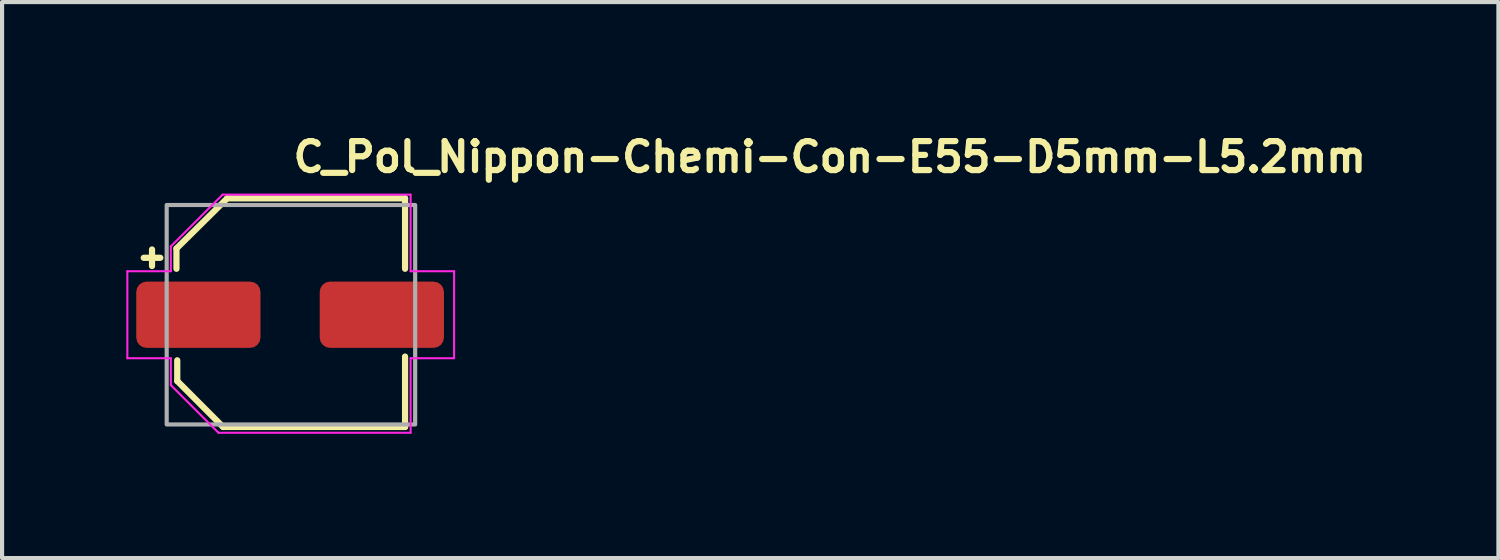
<source format=kicad_pcb>
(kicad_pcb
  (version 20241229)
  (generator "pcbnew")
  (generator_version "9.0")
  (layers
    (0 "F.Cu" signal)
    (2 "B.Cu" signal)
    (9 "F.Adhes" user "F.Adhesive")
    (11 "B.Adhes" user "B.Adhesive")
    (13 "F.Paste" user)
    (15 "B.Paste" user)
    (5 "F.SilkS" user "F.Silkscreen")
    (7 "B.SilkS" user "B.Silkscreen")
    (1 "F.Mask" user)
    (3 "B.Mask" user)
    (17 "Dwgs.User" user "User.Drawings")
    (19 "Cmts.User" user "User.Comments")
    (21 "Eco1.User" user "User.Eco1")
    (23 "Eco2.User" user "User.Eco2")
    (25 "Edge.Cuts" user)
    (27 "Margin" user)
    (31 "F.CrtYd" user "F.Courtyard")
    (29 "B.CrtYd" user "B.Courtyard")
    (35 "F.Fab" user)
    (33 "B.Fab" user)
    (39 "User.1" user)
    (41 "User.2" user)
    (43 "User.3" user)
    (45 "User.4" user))
  (footprint "C_Pol_Nippon-Chemi-Con-E55-D5mm-L5.2mm"
    (layer "F.Cu")
    (at 3.955 4.55)
    (property "Reference" "C_Pol_Nippon-Chemi-Con-E55-D5mm-L5.2mm" (at 0 -3.4 0) (layer "F.SilkS") (effects (font (size 0.7 0.7) (thickness 0.15)) (justify left bottom)))
    (attr smd)
    (fp_line (start -3.534 -1.375) (end -3.134 -1.375) (stroke (width 0.15) (type solid)) (layer "F.SilkS"))
    (fp_line (start -3.334 -1.576) (end -3.334 -1.176) (stroke (width 0.15) (type solid)) (layer "F.SilkS"))
    (fp_line (start -2.744 -1.6) (end -2.744 -1.11) (stroke (width 0.15) (type solid)) (layer "F.SilkS"))
    (fp_line (start -2.744 -1.6) (end -1.53 -2.8) (stroke (width 0.15) (type solid)) (layer "F.SilkS"))
    (fp_line (start -2.725 1.6) (end -2.725 1.1) (stroke (width 0.15) (type solid)) (layer "F.SilkS"))
    (fp_line (start -2.725 1.6) (end -1.618 2.71) (stroke (width 0.15) (type solid)) (layer "F.SilkS"))
    (fp_line (start -1.618 2.71) (end 2.776 2.71) (stroke (width 0.15) (type solid)) (layer "F.SilkS"))
    (fp_line (start -1.52 -2.81) (end 2.776 -2.81) (stroke (width 0.15) (type solid)) (layer "F.SilkS"))
    (fp_line (start 2.776 -2.81) (end 2.776 -1.11) (stroke (width 0.15) (type solid)) (layer "F.SilkS"))
    (fp_line (start 2.776 2.71) (end 2.776 1.01) (stroke (width 0.15) (type solid)) (layer "F.SilkS"))
    (fp_line (start -3.93 -1.05) (end -3.93 1.05) (stroke (width 0.05) (type solid)) (layer "F.CrtYd"))
    (fp_line (start -3.93 1.05) (end -2.88 1.05) (stroke (width 0.05) (type solid)) (layer "F.CrtYd"))
    (fp_line (start -2.88 -1.65) (end -2.88 -1.05) (stroke (width 0.05) (type solid)) (layer "F.CrtYd"))
    (fp_line (start -2.88 -1.65) (end -1.63 -2.9) (stroke (width 0.05) (type solid)) (layer "F.CrtYd"))
    (fp_line (start -2.88 -1.05) (end -3.93 -1.05) (stroke (width 0.05) (type solid)) (layer "F.CrtYd"))
    (fp_line (start -2.88 1.05) (end -2.88 1.7) (stroke (width 0.05) (type solid)) (layer "F.CrtYd"))
    (fp_line (start -2.88 1.7) (end -1.73 2.85) (stroke (width 0.05) (type solid)) (layer "F.CrtYd"))
    (fp_line (start -1.73 2.85) (end 2.91 2.85) (stroke (width 0.05) (type solid)) (layer "F.CrtYd"))
    (fp_line (start -1.63 -2.9) (end 2.91 -2.9) (stroke (width 0.05) (type solid)) (layer "F.CrtYd"))
    (fp_line (start 2.91 -2.9) (end 2.91 -1.05) (stroke (width 0.05) (type solid)) (layer "F.CrtYd"))
    (fp_line (start 2.91 -1.05) (end 3.96 -1.05) (stroke (width 0.05) (type solid)) (layer "F.CrtYd"))
    (fp_line (start 2.91 1.05) (end 2.91 2.85) (stroke (width 0.05) (type solid)) (layer "F.CrtYd"))
    (fp_line (start 3.96 -1.05) (end 3.96 1.05) (stroke (width 0.05) (type solid)) (layer "F.CrtYd"))
    (fp_line (start 3.96 1.05) (end 2.91 1.05) (stroke (width 0.05) (type solid)) (layer "F.CrtYd"))
    (fp_rect (start -2.98 -2.65) (end 3.02 2.65) (stroke (width 0.1) (type solid)) (fill no) (layer "F.Fab"))
    (fp_rect (start -2.98 -2.65) (end 3.02 2.65) (stroke (width 0.1) (type solid)) (fill no) (layer "User.5"))
    (fp_line (start -2.98 -0.325) (end -2.98 0.325) (stroke (width 0.02) (type solid)) (layer "User.9"))
    (fp_line (start -2.98 -0.325) (end -2.63 -0.325) (stroke (width 0.02) (type solid)) (layer "User.9"))
    (fp_line (start -2.98 0.325) (end -2.63 0.325) (stroke (width 0.02) (type solid)) (layer "User.9"))
    (fp_line (start -2.63 -1.55) (end -2.63 -1) (stroke (width 0.02) (type solid)) (layer "User.9"))
    (fp_line (start -2.63 -1.55) (end -1.53 -2.65) (stroke (width 0.02) (type solid)) (layer "User.9"))
    (fp_line (start -2.63 1) (end -2.63 -1) (stroke (width 0.02) (type solid)) (layer "User.9"))
    (fp_line (start -2.63 1) (end -2.381 1) (stroke (width 0.02) (type solid)) (layer "User.9"))
    (fp_line (start -2.63 1.55) (end -2.63 1) (stroke (width 0.02) (type solid)) (layer "User.9"))
    (fp_line (start -2.48 0) (end -2.475 -0.166) (stroke (width 0.02) (type solid)) (layer "User.9"))
    (fp_line (start -2.479 0.083) (end -2.48 0) (stroke (width 0.02) (type solid)) (layer "User.9"))
    (fp_line (start -2.475 -0.166) (end -2.459 -0.331) (stroke (width 0.02) (type solid)) (layer "User.9"))
    (fp_line (start -2.475 0.166) (end -2.479 0.083) (stroke (width 0.02) (type solid)) (layer "User.9"))
    (fp_line (start -2.468 0.249) (end -2.475 0.166) (stroke (width 0.02) (type solid)) (layer "User.9"))
    (fp_line (start -2.459 -0.331) (end -2.431 -0.493) (stroke (width 0.02) (type solid)) (layer "User.9"))
    (fp_line (start -2.459 0.331) (end -2.468 0.249) (stroke (width 0.02) (type solid)) (layer "User.9"))
    (fp_line (start -2.446 0.412) (end -2.459 0.331) (stroke (width 0.02) (type solid)) (layer "User.9"))
    (fp_line (start -2.431 -0.493) (end -2.394 -0.652) (stroke (width 0.02) (type solid)) (layer "User.9"))
    (fp_line (start -2.431 0.493) (end -2.446 0.412) (stroke (width 0.02) (type solid)) (layer "User.9"))
    (fp_line (start -2.414 0.573) (end -2.431 0.493) (stroke (width 0.02) (type solid)) (layer "User.9"))
    (fp_line (start -2.394 -0.652) (end -2.346 -0.807) (stroke (width 0.02) (type solid)) (layer "User.9"))
    (fp_line (start -2.394 0.652) (end -2.414 0.573) (stroke (width 0.02) (type solid)) (layer "User.9"))
    (fp_line (start -2.381 -1) (end -2.63 -1) (stroke (width 0.02) (type solid)) (layer "User.9"))
    (fp_line (start -2.381 -1) (end -2.328 -1.117) (stroke (width 0.02) (type solid)) (layer "User.9"))
    (fp_line (start -2.371 0.73) (end -2.394 0.652) (stroke (width 0.02) (type solid)) (layer "User.9"))
    (fp_line (start -2.346 -0.807) (end -2.289 -0.959) (stroke (width 0.02) (type solid)) (layer "User.9"))
    (fp_line (start -2.346 0.807) (end -2.371 0.73) (stroke (width 0.02) (type solid)) (layer "User.9"))
    (fp_line (start -2.328 -1.117) (end -2.271 -1.231) (stroke (width 0.02) (type solid)) (layer "User.9"))
    (fp_line (start -2.328 1.117) (end -2.381 1) (stroke (width 0.02) (type solid)) (layer "User.9"))
    (fp_line (start -2.319 0.884) (end -2.346 0.807) (stroke (width 0.02) (type solid)) (layer "User.9"))
    (fp_line (start -2.289 -0.959) (end -2.222 -1.107) (stroke (width 0.02) (type solid)) (layer "User.9"))
    (fp_line (start -2.289 0.959) (end -2.319 0.884) (stroke (width 0.02) (type solid)) (layer "User.9"))
    (fp_line (start -2.271 -1.231) (end -2.208 -1.341) (stroke (width 0.02) (type solid)) (layer "User.9"))
    (fp_line (start -2.271 1.231) (end -2.328 1.117) (stroke (width 0.02) (type solid)) (layer "User.9"))
    (fp_line (start -2.257 1.034) (end -2.289 0.959) (stroke (width 0.02) (type solid)) (layer "User.9"))
    (fp_line (start -2.222 -1.107) (end -2.146 -1.25) (stroke (width 0.02) (type solid)) (layer "User.9"))
    (fp_line (start -2.222 1.107) (end -2.257 1.034) (stroke (width 0.02) (type solid)) (layer "User.9"))
    (fp_line (start -2.208 -1.341) (end -2.139 -1.448) (stroke (width 0.02) (type solid)) (layer "User.9"))
    (fp_line (start -2.208 1.341) (end -2.271 1.231) (stroke (width 0.02) (type solid)) (layer "User.9"))
    (fp_line (start -2.185 1.179) (end -2.222 1.107) (stroke (width 0.02) (type solid)) (layer "User.9"))
    (fp_line (start -2.146 -1.25) (end -2.06 -1.387) (stroke (width 0.02) (type solid)) (layer "User.9"))
    (fp_line (start -2.146 1.25) (end -2.185 1.179) (stroke (width 0.02) (type solid)) (layer "User.9"))
    (fp_line (start -2.139 -1.448) (end -2.066 -1.552) (stroke (width 0.02) (type solid)) (layer "User.9"))
    (fp_line (start -2.139 1.448) (end -2.208 1.341) (stroke (width 0.02) (type solid)) (layer "User.9"))
    (fp_line (start -2.104 1.319) (end -2.146 1.25) (stroke (width 0.02) (type solid)) (layer "User.9"))
    (fp_line (start -2.066 -1.552) (end -1.988 -1.651) (stroke (width 0.02) (type solid)) (layer "User.9"))
    (fp_line (start -2.066 1.552) (end -2.139 1.448) (stroke (width 0.02) (type solid)) (layer "User.9"))
    (fp_line (start -2.06 -1.387) (end -1.966 -1.519) (stroke (width 0.02) (type solid)) (layer "User.9"))
    (fp_line (start -2.06 1.387) (end -2.104 1.319) (stroke (width 0.02) (type solid)) (layer "User.9"))
    (fp_line (start -2.012 1.454) (end -2.06 1.387) (stroke (width 0.02) (type solid)) (layer "User.9"))
    (fp_line (start -1.988 -1.651) (end -1.906 -1.747) (stroke (width 0.02) (type solid)) (layer "User.9"))
    (fp_line (start -1.988 1.651) (end -2.066 1.552) (stroke (width 0.02) (type solid)) (layer "User.9"))
    (fp_line (start -1.966 -1.519) (end -1.863 -1.644) (stroke (width 0.02) (type solid)) (layer "User.9"))
    (fp_line (start -1.966 1.519) (end -2.012 1.454) (stroke (width 0.02) (type solid)) (layer "User.9"))
    (fp_line (start -1.916 1.582) (end -1.966 1.519) (stroke (width 0.02) (type solid)) (layer "User.9"))
    (fp_line (start -1.906 -1.747) (end -1.819 -1.838) (stroke (width 0.02) (type solid)) (layer "User.9"))
    (fp_line (start -1.906 1.747) (end -1.988 1.651) (stroke (width 0.02) (type solid)) (layer "User.9"))
    (fp_line (start -1.863 -1.644) (end -1.752 -1.763) (stroke (width 0.02) (type solid)) (layer "User.9"))
    (fp_line (start -1.863 1.644) (end -1.916 1.582) (stroke (width 0.02) (type solid)) (layer "User.9"))
    (fp_line (start -1.819 -1.838) (end -1.728 -1.925) (stroke (width 0.02) (type solid)) (layer "User.9"))
    (fp_line (start -1.819 1.838) (end -1.906 1.747) (stroke (width 0.02) (type solid)) (layer "User.9"))
    (fp_line (start -1.809 1.705) (end -1.863 1.644) (stroke (width 0.02) (type solid)) (layer "User.9"))
    (fp_line (start -1.752 -1.763) (end -1.633 -1.875) (stroke (width 0.02) (type solid)) (layer "User.9"))
    (fp_line (start -1.752 1.763) (end -1.809 1.705) (stroke (width 0.02) (type solid)) (layer "User.9"))
    (fp_line (start -1.728 -1.925) (end -1.632 -2.008) (stroke (width 0.02) (type solid)) (layer "User.9"))
    (fp_line (start -1.728 1.925) (end -1.819 1.838) (stroke (width 0.02) (type solid)) (layer "User.9"))
    (fp_line (start -1.694 1.82) (end -1.752 1.763) (stroke (width 0.02) (type solid)) (layer "User.9"))
    (fp_line (start -1.633 -1.875) (end -1.506 -1.98) (stroke (width 0.02) (type solid)) (layer "User.9"))
    (fp_line (start -1.633 1.875) (end -1.694 1.82) (stroke (width 0.02) (type solid)) (layer "User.9"))
    (fp_line (start -1.632 -2.008) (end -1.533 -2.085) (stroke (width 0.02) (type solid)) (layer "User.9"))
    (fp_line (start -1.632 2.008) (end -1.728 1.925) (stroke (width 0.02) (type solid)) (layer "User.9"))
    (fp_line (start -1.571 1.929) (end -1.633 1.875) (stroke (width 0.02) (type solid)) (layer "User.9"))
    (fp_line (start -1.533 -2.085) (end -1.429 -2.158) (stroke (width 0.02) (type solid)) (layer "User.9"))
    (fp_line (start -1.533 2.085) (end -1.632 2.008) (stroke (width 0.02) (type solid)) (layer "User.9"))
    (fp_line (start -1.53 -2.65) (end -0.98 -2.65) (stroke (width 0.02) (type solid)) (layer "User.9"))
    (fp_line (start -1.53 2.65) (end -2.63 1.55) (stroke (width 0.02) (type solid)) (layer "User.9"))
    (fp_line (start -1.506 -1.98) (end -1.372 -2.076) (stroke (width 0.02) (type solid)) (layer "User.9"))
    (fp_line (start -1.506 1.98) (end -1.571 1.929) (stroke (width 0.02) (type solid)) (layer "User.9"))
    (fp_line (start -1.44 2.028) (end -1.506 1.98) (stroke (width 0.02) (type solid)) (layer "User.9"))
    (fp_line (start -1.429 -2.158) (end -1.322 -2.227) (stroke (width 0.02) (type solid)) (layer "User.9"))
    (fp_line (start -1.429 2.158) (end -1.533 2.085) (stroke (width 0.02) (type solid)) (layer "User.9"))
    (fp_line (start -1.372 -2.076) (end -1.23 -2.165) (stroke (width 0.02) (type solid)) (layer "User.9"))
    (fp_line (start -1.372 2.076) (end -1.44 2.028) (stroke (width 0.02) (type solid)) (layer "User.9"))
    (fp_line (start -1.322 -2.227) (end -1.212 -2.29) (stroke (width 0.02) (type solid)) (layer "User.9"))
    (fp_line (start -1.322 2.227) (end -1.429 2.158) (stroke (width 0.02) (type solid)) (layer "User.9"))
    (fp_line (start -1.302 2.122) (end -1.372 2.076) (stroke (width 0.02) (type solid)) (layer "User.9"))
    (fp_line (start -1.23 -2.165) (end -1.23 -2.165) (stroke (width 0.02) (type solid)) (layer "User.9"))
    (fp_line (start -1.23 -2.165) (end -1.083 -2.243) (stroke (width 0.02) (type solid)) (layer "User.9"))
    (fp_line (start -1.23 2.165) (end -1.302 2.122) (stroke (width 0.02) (type solid)) (layer "User.9"))
    (fp_line (start -1.23 2.165) (end -1.23 2.165) (stroke (width 0.02) (type solid)) (layer "User.9"))
    (fp_line (start -1.212 -2.29) (end -1.098 -2.347) (stroke (width 0.02) (type solid)) (layer "User.9"))
    (fp_line (start -1.212 2.29) (end -1.322 2.227) (stroke (width 0.02) (type solid)) (layer "User.9"))
    (fp_line (start -1.098 -2.347) (end -0.98 -2.4) (stroke (width 0.02) (type solid)) (layer "User.9"))
    (fp_line (start -1.098 2.347) (end -1.212 2.29) (stroke (width 0.02) (type solid)) (layer "User.9"))
    (fp_line (start -1.083 -2.243) (end -0.933 -2.311) (stroke (width 0.02) (type solid)) (layer "User.9"))
    (fp_line (start -1.083 2.243) (end -1.23 2.165) (stroke (width 0.02) (type solid)) (layer "User.9"))
    (fp_line (start -0.98 -2.65) (end -0.98 -2.4) (stroke (width 0.02) (type solid)) (layer "User.9"))
    (fp_line (start -0.98 2.4) (end -1.098 2.347) (stroke (width 0.02) (type solid)) (layer "User.9"))
    (fp_line (start -0.98 2.4) (end -0.98 2.65) (stroke (width 0.02) (type solid)) (layer "User.9"))
    (fp_line (start -0.98 2.65) (end -1.53 2.65) (stroke (width 0.02) (type solid)) (layer "User.9"))
    (fp_line (start -0.98 2.65) (end 1.02 2.65) (stroke (width 0.02) (type solid)) (layer "User.9"))
    (fp_line (start -0.933 -2.311) (end -0.779 -2.369) (stroke (width 0.02) (type solid)) (layer "User.9"))
    (fp_line (start -0.933 2.311) (end -1.083 2.243) (stroke (width 0.02) (type solid)) (layer "User.9"))
    (fp_line (start -0.779 -2.369) (end -0.622 -2.416) (stroke (width 0.02) (type solid)) (layer "User.9"))
    (fp_line (start -0.779 2.369) (end -0.933 2.311) (stroke (width 0.02) (type solid)) (layer "User.9"))
    (fp_line (start -0.622 -2.416) (end -0.464 -2.452) (stroke (width 0.02) (type solid)) (layer "User.9"))
    (fp_line (start -0.622 2.416) (end -0.779 2.369) (stroke (width 0.02) (type solid)) (layer "User.9"))
    (fp_line (start -0.464 -2.452) (end -0.303 -2.479) (stroke (width 0.02) (type solid)) (layer "User.9"))
    (fp_line (start -0.464 2.452) (end -0.622 2.416) (stroke (width 0.02) (type solid)) (layer "User.9"))
    (fp_line (start -0.303 -2.479) (end -0.141 -2.494) (stroke (width 0.02) (type solid)) (layer "User.9"))
    (fp_line (start -0.303 2.479) (end -0.464 2.452) (stroke (width 0.02) (type solid)) (layer "User.9"))
    (fp_line (start -0.141 -2.494) (end 0.02 -2.5) (stroke (width 0.02) (type solid)) (layer "User.9"))
    (fp_line (start -0.141 2.494) (end -0.303 2.479) (stroke (width 0.02) (type solid)) (layer "User.9"))
    (fp_line (start 0.02 -2.5) (end 0.181 -2.494) (stroke (width 0.02) (type solid)) (layer "User.9"))
    (fp_line (start 0.02 2.5) (end -0.141 2.494) (stroke (width 0.02) (type solid)) (layer "User.9"))
    (fp_line (start 0.181 -2.494) (end 0.342 -2.479) (stroke (width 0.02) (type solid)) (layer "User.9"))
    (fp_line (start 0.181 2.494) (end 0.02 2.5) (stroke (width 0.02) (type solid)) (layer "User.9"))
    (fp_line (start 0.342 -2.479) (end 0.503 -2.452) (stroke (width 0.02) (type solid)) (layer "User.9"))
    (fp_line (start 0.342 2.479) (end 0.181 2.494) (stroke (width 0.02) (type solid)) (layer "User.9"))
    (fp_line (start 0.503 -2.452) (end 0.661 -2.416) (stroke (width 0.02) (type solid)) (layer "User.9"))
    (fp_line (start 0.503 2.452) (end 0.342 2.479) (stroke (width 0.02) (type solid)) (layer "User.9"))
    (fp_line (start 0.52 -1.93) (end 0.52 1.93) (stroke (width 0.02) (type solid)) (layer "User.9"))
    (fp_line (start 0.52 -1.93) (end 0.601 -1.906) (stroke (width 0.02) (type solid)) (layer "User.9"))
    (fp_line (start 0.601 -1.906) (end 0.681 -1.88) (stroke (width 0.02) (type solid)) (layer "User.9"))
    (fp_line (start 0.601 1.906) (end 0.52 1.93) (stroke (width 0.02) (type solid)) (layer "User.9"))
    (fp_line (start 0.661 -2.416) (end 0.818 -2.369) (stroke (width 0.02) (type solid)) (layer "User.9"))
    (fp_line (start 0.661 2.416) (end 0.503 2.452) (stroke (width 0.02) (type solid)) (layer "User.9"))
    (fp_line (start 0.681 -1.88) (end 0.759 -1.851) (stroke (width 0.02) (type solid)) (layer "User.9"))
    (fp_line (start 0.681 1.88) (end 0.601 1.906) (stroke (width 0.02) (type solid)) (layer "User.9"))
    (fp_line (start 0.759 -1.851) (end 0.835 -1.818) (stroke (width 0.02) (type solid)) (layer "User.9"))
    (fp_line (start 0.759 1.851) (end 0.681 1.88) (stroke (width 0.02) (type solid)) (layer "User.9"))
    (fp_line (start 0.818 -2.369) (end 0.971 -2.311) (stroke (width 0.02) (type solid)) (layer "User.9"))
    (fp_line (start 0.818 2.369) (end 0.661 2.416) (stroke (width 0.02) (type solid)) (layer "User.9"))
    (fp_line (start 0.835 -1.818) (end 0.911 -1.783) (stroke (width 0.02) (type solid)) (layer "User.9"))
    (fp_line (start 0.835 1.818) (end 0.759 1.851) (stroke (width 0.02) (type solid)) (layer "User.9"))
    (fp_line (start 0.911 -1.783) (end 0.984 -1.745) (stroke (width 0.02) (type solid)) (layer "User.9"))
    (fp_line (start 0.911 1.783) (end 0.835 1.818) (stroke (width 0.02) (type solid)) (layer "User.9"))
    (fp_line (start 0.971 -2.311) (end 1.121 -2.243) (stroke (width 0.02) (type solid)) (layer "User.9"))
    (fp_line (start 0.971 2.311) (end 0.818 2.369) (stroke (width 0.02) (type solid)) (layer "User.9"))
    (fp_line (start 0.984 -1.745) (end 1.055 -1.703) (stroke (width 0.02) (type solid)) (layer "User.9"))
    (fp_line (start 0.984 1.745) (end 0.911 1.783) (stroke (width 0.02) (type solid)) (layer "User.9"))
    (fp_line (start 1.02 -2.65) (end -0.98 -2.65) (stroke (width 0.02) (type solid)) (layer "User.9"))
    (fp_line (start 1.02 -2.65) (end 1.02 -2.4) (stroke (width 0.02) (type solid)) (layer "User.9"))
    (fp_line (start 1.02 -2.4) (end 1.137 -2.347) (stroke (width 0.02) (type solid)) (layer "User.9"))
    (fp_line (start 1.02 2.4) (end 1.02 2.65) (stroke (width 0.02) (type solid)) (layer "User.9"))
    (fp_line (start 1.02 2.65) (end 2.169 2.65) (stroke (width 0.02) (type solid)) (layer "User.9"))
    (fp_line (start 1.055 -1.703) (end 1.124 -1.66) (stroke (width 0.02) (type solid)) (layer "User.9"))
    (fp_line (start 1.121 -2.243) (end 1.27 -2.165) (stroke (width 0.02) (type solid)) (layer "User.9"))
    (fp_line (start 1.121 2.243) (end 0.971 2.311) (stroke (width 0.02) (type solid)) (layer "User.9"))
    (fp_line (start 1.124 -1.66) (end 1.19 -1.613) (stroke (width 0.02) (type solid)) (layer "User.9"))
    (fp_line (start 1.124 1.66) (end 0.984 1.745) (stroke (width 0.02) (type solid)) (layer "User.9"))
    (fp_line (start 1.137 -2.347) (end 1.25 -2.29) (stroke (width 0.02) (type solid)) (layer "User.9"))
    (fp_line (start 1.137 2.347) (end 1.02 2.4) (stroke (width 0.02) (type solid)) (layer "User.9"))
    (fp_line (start 1.19 -1.613) (end 1.255 -1.564) (stroke (width 0.02) (type solid)) (layer "User.9"))
    (fp_line (start 1.25 -2.29) (end 1.361 -2.227) (stroke (width 0.02) (type solid)) (layer "User.9"))
    (fp_line (start 1.25 2.29) (end 1.137 2.347) (stroke (width 0.02) (type solid)) (layer "User.9"))
    (fp_line (start 1.255 -1.564) (end 1.318 -1.512) (stroke (width 0.02) (type solid)) (layer "User.9"))
    (fp_line (start 1.255 1.564) (end 1.124 1.66) (stroke (width 0.02) (type solid)) (layer "User.9"))
    (fp_line (start 1.27 -2.165) (end 1.27 -2.165) (stroke (width 0.02) (type solid)) (layer "User.9"))
    (fp_line (start 1.27 -2.165) (end 1.341 -2.122) (stroke (width 0.02) (type solid)) (layer "User.9"))
    (fp_line (start 1.27 2.165) (end 1.121 2.243) (stroke (width 0.02) (type solid)) (layer "User.9"))
    (fp_line (start 1.27 2.165) (end 1.27 2.165) (stroke (width 0.02) (type solid)) (layer "User.9"))
    (fp_line (start 1.318 -1.512) (end 1.379 -1.458) (stroke (width 0.02) (type solid)) (layer "User.9"))
    (fp_line (start 1.341 -2.122) (end 1.411 -2.076) (stroke (width 0.02) (type solid)) (layer "User.9"))
    (fp_line (start 1.361 -2.227) (end 1.468 -2.158) (stroke (width 0.02) (type solid)) (layer "User.9"))
    (fp_line (start 1.361 2.227) (end 1.25 2.29) (stroke (width 0.02) (type solid)) (layer "User.9"))
    (fp_line (start 1.379 -1.458) (end 1.436 -1.402) (stroke (width 0.02) (type solid)) (layer "User.9"))
    (fp_line (start 1.379 1.458) (end 1.255 1.564) (stroke (width 0.02) (type solid)) (layer "User.9"))
    (fp_line (start 1.411 -2.076) (end 1.478 -2.028) (stroke (width 0.02) (type solid)) (layer "User.9"))
    (fp_line (start 1.411 2.076) (end 1.27 2.165) (stroke (width 0.02) (type solid)) (layer "User.9"))
    (fp_line (start 1.436 -1.402) (end 1.492 -1.343) (stroke (width 0.02) (type solid)) (layer "User.9"))
    (fp_line (start 1.468 -2.158) (end 1.571 -2.085) (stroke (width 0.02) (type solid)) (layer "User.9"))
    (fp_line (start 1.468 2.158) (end 1.361 2.227) (stroke (width 0.02) (type solid)) (layer "User.9"))
    (fp_line (start 1.478 -2.028) (end 1.545 -1.98) (stroke (width 0.02) (type solid)) (layer "User.9"))
    (fp_line (start 1.492 -1.343) (end 1.545 -1.283) (stroke (width 0.02) (type solid)) (layer "User.9"))
    (fp_line (start 1.492 1.343) (end 1.379 1.458) (stroke (width 0.02) (type solid)) (layer "User.9"))
    (fp_line (start 1.545 -1.98) (end 1.609 -1.929) (stroke (width 0.02) (type solid)) (layer "User.9"))
    (fp_line (start 1.545 -1.283) (end 1.595 -1.22) (stroke (width 0.02) (type solid)) (layer "User.9"))
    (fp_line (start 1.545 1.98) (end 1.411 2.076) (stroke (width 0.02) (type solid)) (layer "User.9"))
    (fp_line (start 1.571 -2.085) (end 1.67 -2.008) (stroke (width 0.02) (type solid)) (layer "User.9"))
    (fp_line (start 1.571 2.085) (end 1.468 2.158) (stroke (width 0.02) (type solid)) (layer "User.9"))
    (fp_line (start 1.595 -1.22) (end 1.643 -1.155) (stroke (width 0.02) (type solid)) (layer "User.9"))
    (fp_line (start 1.595 1.22) (end 1.492 1.343) (stroke (width 0.02) (type solid)) (layer "User.9"))
    (fp_line (start 1.609 -1.929) (end 1.672 -1.875) (stroke (width 0.02) (type solid)) (layer "User.9"))
    (fp_line (start 1.643 -1.155) (end 1.69 -1.088) (stroke (width 0.02) (type solid)) (layer "User.9"))
    (fp_line (start 1.67 -2.008) (end 1.766 -1.925) (stroke (width 0.02) (type solid)) (layer "User.9"))
    (fp_line (start 1.67 2.008) (end 1.571 2.085) (stroke (width 0.02) (type solid)) (layer "User.9"))
    (fp_line (start 1.672 -1.875) (end 1.733 -1.82) (stroke (width 0.02) (type solid)) (layer "User.9"))
    (fp_line (start 1.672 1.875) (end 1.545 1.98) (stroke (width 0.02) (type solid)) (layer "User.9"))
    (fp_line (start 1.69 -1.088) (end 1.731 -1.02) (stroke (width 0.02) (type solid)) (layer "User.9"))
    (fp_line (start 1.69 1.088) (end 1.595 1.22) (stroke (width 0.02) (type solid)) (layer "User.9"))
    (fp_line (start 1.731 -1.02) (end 1.771 -0.949) (stroke (width 0.02) (type solid)) (layer "User.9"))
    (fp_line (start 1.733 -1.82) (end 1.79 -1.763) (stroke (width 0.02) (type solid)) (layer "User.9"))
    (fp_line (start 1.766 -1.925) (end 1.858 -1.838) (stroke (width 0.02) (type solid)) (layer "User.9"))
    (fp_line (start 1.766 1.925) (end 1.67 2.008) (stroke (width 0.02) (type solid)) (layer "User.9"))
    (fp_line (start 1.771 -0.949) (end 1.81 -0.877) (stroke (width 0.02) (type solid)) (layer "User.9"))
    (fp_line (start 1.771 0.949) (end 1.69 1.088) (stroke (width 0.02) (type solid)) (layer "User.9"))
    (fp_line (start 1.79 -1.763) (end 1.848 -1.705) (stroke (width 0.02) (type solid)) (layer "User.9"))
    (fp_line (start 1.79 1.763) (end 1.672 1.875) (stroke (width 0.02) (type solid)) (layer "User.9"))
    (fp_line (start 1.81 -0.877) (end 1.843 -0.804) (stroke (width 0.02) (type solid)) (layer "User.9"))
    (fp_line (start 1.843 -0.804) (end 1.875 -0.729) (stroke (width 0.02) (type solid)) (layer "User.9"))
    (fp_line (start 1.843 0.804) (end 1.771 0.949) (stroke (width 0.02) (type solid)) (layer "User.9"))
    (fp_line (start 1.848 -1.705) (end 1.901 -1.644) (stroke (width 0.02) (type solid)) (layer "User.9"))
    (fp_line (start 1.858 -1.838) (end 1.944 -1.747) (stroke (width 0.02) (type solid)) (layer "User.9"))
    (fp_line (start 1.858 1.838) (end 1.766 1.925) (stroke (width 0.02) (type solid)) (layer "User.9"))
    (fp_line (start 1.875 -0.729) (end 1.903 -0.652) (stroke (width 0.02) (type solid)) (layer "User.9"))
    (fp_line (start 1.901 -1.644) (end 1.954 -1.582) (stroke (width 0.02) (type solid)) (layer "User.9"))
    (fp_line (start 1.901 1.644) (end 1.79 1.763) (stroke (width 0.02) (type solid)) (layer "User.9"))
    (fp_line (start 1.903 -0.652) (end 1.928 -0.575) (stroke (width 0.02) (type solid)) (layer "User.9"))
    (fp_line (start 1.903 0.652) (end 1.843 0.804) (stroke (width 0.02) (type solid)) (layer "User.9"))
    (fp_line (start 1.928 -0.575) (end 1.951 -0.495) (stroke (width 0.02) (type solid)) (layer "User.9"))
    (fp_line (start 1.944 -1.747) (end 2.028 -1.651) (stroke (width 0.02) (type solid)) (layer "User.9"))
    (fp_line (start 1.944 1.747) (end 1.858 1.838) (stroke (width 0.02) (type solid)) (layer "User.9"))
    (fp_line (start 1.951 -0.495) (end 1.97 -0.415) (stroke (width 0.02) (type solid)) (layer "User.9"))
    (fp_line (start 1.951 0.495) (end 1.903 0.652) (stroke (width 0.02) (type solid)) (layer "User.9"))
    (fp_line (start 1.954 -1.582) (end 2.005 -1.519) (stroke (width 0.02) (type solid)) (layer "User.9"))
    (fp_line (start 1.97 -0.415) (end 1.984 -0.334) (stroke (width 0.02) (type solid)) (layer "User.9"))
    (fp_line (start 1.97 0.415) (end 1.951 0.495) (stroke (width 0.02) (type solid)) (layer "User.9"))
    (fp_line (start 1.984 -0.334) (end 1.997 -0.252) (stroke (width 0.02) (type solid)) (layer "User.9"))
    (fp_line (start 1.984 0.334) (end 1.97 0.415) (stroke (width 0.02) (type solid)) (layer "User.9"))
    (fp_line (start 1.997 -0.252) (end 2.005 -0.168) (stroke (width 0.02) (type solid)) (layer "User.9"))
    (fp_line (start 1.997 0.252) (end 1.984 0.334) (stroke (width 0.02) (type solid)) (layer "User.9"))
    (fp_line (start 2.005 -1.519) (end 2.052 -1.454) (stroke (width 0.02) (type solid)) (layer "User.9"))
    (fp_line (start 2.005 -0.168) (end 2.01 -0.084) (stroke (width 0.02) (type solid)) (layer "User.9"))
    (fp_line (start 2.005 0.168) (end 1.997 0.252) (stroke (width 0.02) (type solid)) (layer "User.9"))
    (fp_line (start 2.005 1.519) (end 1.901 1.644) (stroke (width 0.02) (type solid)) (layer "User.9"))
    (fp_line (start 2.01 -0.084) (end 2.013 0) (stroke (width 0.02) (type solid)) (layer "User.9"))
    (fp_line (start 2.01 0.084) (end 2.005 0.168) (stroke (width 0.02) (type solid)) (layer "User.9"))
    (fp_line (start 2.013 0) (end 2.01 0.084) (stroke (width 0.02) (type solid)) (layer "User.9"))
    (fp_line (start 2.013 0) (end 2.013 0) (stroke (width 0.02) (type solid)) (layer "User.9"))
    (fp_line (start 2.028 -1.651) (end 2.105 -1.552) (stroke (width 0.02) (type solid)) (layer "User.9"))
    (fp_line (start 2.028 1.651) (end 1.944 1.747) (stroke (width 0.02) (type solid)) (layer "User.9"))
    (fp_line (start 2.052 -1.454) (end 2.098 -1.387) (stroke (width 0.02) (type solid)) (layer "User.9"))
    (fp_line (start 2.098 -1.387) (end 2.143 -1.319) (stroke (width 0.02) (type solid)) (layer "User.9"))
    (fp_line (start 2.098 1.387) (end 2.005 1.519) (stroke (width 0.02) (type solid)) (layer "User.9"))
    (fp_line (start 2.105 -1.552) (end 2.178 -1.448) (stroke (width 0.02) (type solid)) (layer "User.9"))
    (fp_line (start 2.105 1.552) (end 2.028 1.651) (stroke (width 0.02) (type solid)) (layer "User.9"))
    (fp_line (start 2.143 -1.319) (end 2.185 -1.25) (stroke (width 0.02) (type solid)) (layer "User.9"))
    (fp_line (start 2.169 -2.65) (end 1.02 -2.65) (stroke (width 0.02) (type solid)) (layer "User.9"))
    (fp_line (start 2.169 2.65) (end 2.194 2.649) (stroke (width 0.02) (type solid)) (layer "User.9"))
    (fp_line (start 2.178 -1.448) (end 2.247 -1.341) (stroke (width 0.02) (type solid)) (layer "User.9"))
    (fp_line (start 2.178 1.448) (end 2.105 1.552) (stroke (width 0.02) (type solid)) (layer "User.9"))
    (fp_line (start 2.185 -1.25) (end 2.223 -1.179) (stroke (width 0.02) (type solid)) (layer "User.9"))
    (fp_line (start 2.185 1.25) (end 2.098 1.387) (stroke (width 0.02) (type solid)) (layer "User.9"))
    (fp_line (start 2.194 -2.649) (end 2.169 -2.65) (stroke (width 0.02) (type solid)) (layer "User.9"))
    (fp_line (start 2.194 2.649) (end 2.219 2.647) (stroke (width 0.02) (type solid)) (layer "User.9"))
    (fp_line (start 2.219 -2.647) (end 2.194 -2.649) (stroke (width 0.02) (type solid)) (layer "User.9"))
    (fp_line (start 2.219 2.647) (end 2.243 2.644) (stroke (width 0.02) (type solid)) (layer "User.9"))
    (fp_line (start 2.223 -1.179) (end 2.26 -1.107) (stroke (width 0.02) (type solid)) (layer "User.9"))
    (fp_line (start 2.243 -2.644) (end 2.219 -2.647) (stroke (width 0.02) (type solid)) (layer "User.9"))
    (fp_line (start 2.243 2.644) (end 2.268 2.64) (stroke (width 0.02) (type solid)) (layer "User.9"))
    (fp_line (start 2.247 -1.341) (end 2.31 -1.231) (stroke (width 0.02) (type solid)) (layer "User.9"))
    (fp_line (start 2.247 1.341) (end 2.178 1.448) (stroke (width 0.02) (type solid)) (layer "User.9"))
    (fp_line (start 2.26 -1.107) (end 2.295 -1.034) (stroke (width 0.02) (type solid)) (layer "User.9"))
    (fp_line (start 2.26 1.107) (end 2.185 1.25) (stroke (width 0.02) (type solid)) (layer "User.9"))
    (fp_line (start 2.268 -2.64) (end 2.243 -2.644) (stroke (width 0.02) (type solid)) (layer "User.9"))
    (fp_line (start 2.268 2.64) (end 2.291 2.634) (stroke (width 0.02) (type solid)) (layer "User.9"))
    (fp_line (start 2.291 -2.634) (end 2.268 -2.64) (stroke (width 0.02) (type solid)) (layer "User.9"))
    (fp_line (start 2.291 2.634) (end 2.315 2.628) (stroke (width 0.02) (type solid)) (layer "User.9"))
    (fp_line (start 2.295 -1.034) (end 2.328 -0.959) (stroke (width 0.02) (type solid)) (layer "User.9"))
    (fp_line (start 2.31 -1.231) (end 2.367 -1.117) (stroke (width 0.02) (type solid)) (layer "User.9"))
    (fp_line (start 2.31 1.231) (end 2.247 1.341) (stroke (width 0.02) (type solid)) (layer "User.9"))
    (fp_line (start 2.315 -2.628) (end 2.291 -2.634) (stroke (width 0.02) (type solid)) (layer "User.9"))
    (fp_line (start 2.315 2.628) (end 2.337 2.62) (stroke (width 0.02) (type solid)) (layer "User.9"))
    (fp_line (start 2.328 -0.959) (end 2.358 -0.884) (stroke (width 0.02) (type solid)) (layer "User.9"))
    (fp_line (start 2.328 0.959) (end 2.26 1.107) (stroke (width 0.02) (type solid)) (layer "User.9"))
    (fp_line (start 2.337 -2.62) (end 2.315 -2.628) (stroke (width 0.02) (type solid)) (layer "User.9"))
    (fp_line (start 2.337 2.62) (end 2.361 2.611) (stroke (width 0.02) (type solid)) (layer "User.9"))
    (fp_line (start 2.358 -0.884) (end 2.385 -0.807) (stroke (width 0.02) (type solid)) (layer "User.9"))
    (fp_line (start 2.361 -2.611) (end 2.337 -2.62) (stroke (width 0.02) (type solid)) (layer "User.9"))
    (fp_line (start 2.361 2.611) (end 2.383 2.602) (stroke (width 0.02) (type solid)) (layer "User.9"))
    (fp_line (start 2.367 -1.117) (end 2.419 -1) (stroke (width 0.02) (type solid)) (layer "User.9"))
    (fp_line (start 2.367 1.117) (end 2.31 1.231) (stroke (width 0.02) (type solid)) (layer "User.9"))
    (fp_line (start 2.383 -2.602) (end 2.361 -2.611) (stroke (width 0.02) (type solid)) (layer "User.9"))
    (fp_line (start 2.383 2.602) (end 2.404 2.591) (stroke (width 0.02) (type solid)) (layer "User.9"))
    (fp_line (start 2.385 -0.807) (end 2.409 -0.73) (stroke (width 0.02) (type solid)) (layer "User.9"))
    (fp_line (start 2.385 0.807) (end 2.328 0.959) (stroke (width 0.02) (type solid)) (layer "User.9"))
    (fp_line (start 2.404 -2.591) (end 2.383 -2.602) (stroke (width 0.02) (type solid)) (layer "User.9"))
    (fp_line (start 2.404 2.591) (end 2.425 2.579) (stroke (width 0.02) (type solid)) (layer "User.9"))
    (fp_line (start 2.409 -0.73) (end 2.433 -0.652) (stroke (width 0.02) (type solid)) (layer "User.9"))
    (fp_line (start 2.419 -1) (end 2.669 -1) (stroke (width 0.02) (type solid)) (layer "User.9"))
    (fp_line (start 2.419 1) (end 2.367 1.117) (stroke (width 0.02) (type solid)) (layer "User.9"))
    (fp_line (start 2.419 1) (end 2.669 1) (stroke (width 0.02) (type solid)) (layer "User.9"))
    (fp_line (start 2.425 -2.579) (end 2.404 -2.591) (stroke (width 0.02) (type solid)) (layer "User.9"))
    (fp_line (start 2.425 2.579) (end 2.446 2.565) (stroke (width 0.02) (type solid)) (layer "User.9"))
    (fp_line (start 2.433 -0.652) (end 2.453 -0.573) (stroke (width 0.02) (type solid)) (layer "User.9"))
    (fp_line (start 2.433 0.652) (end 2.385 0.807) (stroke (width 0.02) (type solid)) (layer "User.9"))
    (fp_line (start 2.446 -2.565) (end 2.425 -2.579) (stroke (width 0.02) (type solid)) (layer "User.9"))
    (fp_line (start 2.446 2.565) (end 2.467 2.551) (stroke (width 0.02) (type solid)) (layer "User.9"))
    (fp_line (start 2.453 -0.573) (end 2.47 -0.493) (stroke (width 0.02) (type solid)) (layer "User.9"))
    (fp_line (start 2.467 -2.551) (end 2.446 -2.565) (stroke (width 0.02) (type solid)) (layer "User.9"))
    (fp_line (start 2.467 2.551) (end 2.486 2.536) (stroke (width 0.02) (type solid)) (layer "User.9"))
    (fp_line (start 2.47 -0.493) (end 2.485 -0.412) (stroke (width 0.02) (type solid)) (layer "User.9"))
    (fp_line (start 2.47 0.493) (end 2.433 0.652) (stroke (width 0.02) (type solid)) (layer "User.9"))
    (fp_line (start 2.485 -0.412) (end 2.497 -0.331) (stroke (width 0.02) (type solid)) (layer "User.9"))
    (fp_line (start 2.486 -2.536) (end 2.467 -2.551) (stroke (width 0.02) (type solid)) (layer "User.9"))
    (fp_line (start 2.486 2.536) (end 2.505 2.52) (stroke (width 0.02) (type solid)) (layer "User.9"))
    (fp_line (start 2.497 -0.331) (end 2.507 -0.249) (stroke (width 0.02) (type solid)) (layer "User.9"))
    (fp_line (start 2.497 0.331) (end 2.47 0.493) (stroke (width 0.02) (type solid)) (layer "User.9"))
    (fp_line (start 2.505 -2.52) (end 2.486 -2.536) (stroke (width 0.02) (type solid)) (layer "User.9"))
    (fp_line (start 2.505 2.52) (end 2.523 2.503) (stroke (width 0.02) (type solid)) (layer "User.9"))
    (fp_line (start 2.507 -0.249) (end 2.513 -0.166) (stroke (width 0.02) (type solid)) (layer "User.9"))
    (fp_line (start 2.513 -0.166) (end 2.518 -0.083) (stroke (width 0.02) (type solid)) (layer "User.9"))
    (fp_line (start 2.513 0.166) (end 2.497 0.331) (stroke (width 0.02) (type solid)) (layer "User.9"))
    (fp_line (start 2.518 -0.083) (end 2.52 0) (stroke (width 0.02) (type solid)) (layer "User.9"))
    (fp_line (start 2.52 0) (end 2.513 0.166) (stroke (width 0.02) (type solid)) (layer "User.9"))
    (fp_line (start 2.523 -2.503) (end 2.505 -2.52) (stroke (width 0.02) (type solid)) (layer "User.9"))
    (fp_line (start 2.523 -2.503) (end 2.523 -2.503) (stroke (width 0.02) (type solid)) (layer "User.9"))
    (fp_line (start 2.523 2.503) (end 2.523 2.503) (stroke (width 0.02) (type solid)) (layer "User.9"))
    (fp_line (start 2.523 2.503) (end 2.539 2.485) (stroke (width 0.02) (type solid)) (layer "User.9"))
    (fp_line (start 2.539 -2.485) (end 2.523 -2.503) (stroke (width 0.02) (type solid)) (layer "User.9"))
    (fp_line (start 2.539 2.485) (end 2.555 2.466) (stroke (width 0.02) (type solid)) (layer "User.9"))
    (fp_line (start 2.555 -2.466) (end 2.539 -2.485) (stroke (width 0.02) (type solid)) (layer "User.9"))
    (fp_line (start 2.555 2.466) (end 2.571 2.447) (stroke (width 0.02) (type solid)) (layer "User.9"))
    (fp_line (start 2.571 -2.447) (end 2.555 -2.466) (stroke (width 0.02) (type solid)) (layer "User.9"))
    (fp_line (start 2.571 2.447) (end 2.585 2.427) (stroke (width 0.02) (type solid)) (layer "User.9"))
    (fp_line (start 2.585 -2.427) (end 2.571 -2.447) (stroke (width 0.02) (type solid)) (layer "User.9"))
    (fp_line (start 2.585 2.427) (end 2.598 2.406) (stroke (width 0.02) (type solid)) (layer "User.9"))
    (fp_line (start 2.598 -2.406) (end 2.585 -2.427) (stroke (width 0.02) (type solid)) (layer "User.9"))
    (fp_line (start 2.598 2.406) (end 2.611 2.385) (stroke (width 0.02) (type solid)) (layer "User.9"))
    (fp_line (start 2.611 -2.385) (end 2.598 -2.406) (stroke (width 0.02) (type solid)) (layer "User.9"))
    (fp_line (start 2.611 2.385) (end 2.622 2.363) (stroke (width 0.02) (type solid)) (layer "User.9"))
    (fp_line (start 2.622 -2.363) (end 2.611 -2.385) (stroke (width 0.02) (type solid)) (layer "User.9"))
    (fp_line (start 2.622 2.363) (end 2.63 2.341) (stroke (width 0.02) (type solid)) (layer "User.9"))
    (fp_line (start 2.63 -2.341) (end 2.622 -2.363) (stroke (width 0.02) (type solid)) (layer "User.9"))
    (fp_line (start 2.63 2.341) (end 2.64 2.318) (stroke (width 0.02) (type solid)) (layer "User.9"))
    (fp_line (start 2.64 -2.318) (end 2.63 -2.341) (stroke (width 0.02) (type solid)) (layer "User.9"))
    (fp_line (start 2.64 2.318) (end 2.648 2.295) (stroke (width 0.02) (type solid)) (layer "User.9"))
    (fp_line (start 2.648 -2.295) (end 2.64 -2.318) (stroke (width 0.02) (type solid)) (layer "User.9"))
    (fp_line (start 2.648 2.295) (end 2.654 2.271) (stroke (width 0.02) (type solid)) (layer "User.9"))
    (fp_line (start 2.654 -2.271) (end 2.648 -2.295) (stroke (width 0.02) (type solid)) (layer "User.9"))
    (fp_line (start 2.654 2.271) (end 2.659 2.248) (stroke (width 0.02) (type solid)) (layer "User.9"))
    (fp_line (start 2.659 -2.248) (end 2.654 -2.271) (stroke (width 0.02) (type solid)) (layer "User.9"))
    (fp_line (start 2.659 2.248) (end 2.664 2.223) (stroke (width 0.02) (type solid)) (layer "User.9"))
    (fp_line (start 2.664 -2.223) (end 2.659 -2.248) (stroke (width 0.02) (type solid)) (layer "User.9"))
    (fp_line (start 2.664 2.223) (end 2.667 2.199) (stroke (width 0.02) (type solid)) (layer "User.9"))
    (fp_line (start 2.667 -2.199) (end 2.664 -2.223) (stroke (width 0.02) (type solid)) (layer "User.9"))
    (fp_line (start 2.667 2.199) (end 2.669 2.174) (stroke (width 0.02) (type solid)) (layer "User.9"))
    (fp_line (start 2.669 -2.174) (end 2.667 -2.199) (stroke (width 0.02) (type solid)) (layer "User.9"))
    (fp_line (start 2.669 -2.15) (end 2.669 -2.174) (stroke (width 0.02) (type solid)) (layer "User.9"))
    (fp_line (start 2.669 -1) (end 2.669 -2.15) (stroke (width 0.02) (type solid)) (layer "User.9"))
    (fp_line (start 2.669 -1) (end 2.669 1) (stroke (width 0.02) (type solid)) (layer "User.9"))
    (fp_line (start 2.669 2.15) (end 2.669 1) (stroke (width 0.02) (type solid)) (layer "User.9"))
    (fp_line (start 2.669 2.174) (end 2.669 2.15) (stroke (width 0.02) (type solid)) (layer "User.9"))
    (fp_line (start 3.02 -0.325) (end 2.669 -0.325) (stroke (width 0.02) (type solid)) (layer "User.9"))
    (fp_line (start 3.02 0.325) (end 2.669 0.325) (stroke (width 0.02) (type solid)) (layer "User.9"))
    (fp_line (start 3.02 0.325) (end 3.02 -0.325) (stroke (width 0.02) (type solid)) (layer "User.9"))
    (pad "1" smd roundrect (at -2.215 0) (size 3 1.6) (layers "F.Cu" "F.Mask" "F.Paste") (roundrect_rratio 0.156))
    (pad "2" smd roundrect (at 2.215 0) (size 3 1.6) (layers "F.Cu" "F.Mask" "F.Paste") (roundrect_rratio 0.156)))
  (gr_rect
    (start -3 -3)
    (end 33.132 10.425)
    (stroke (width 0.1) (type default))
    (fill no)
    (layer "Edge.Cuts")))
</source>
